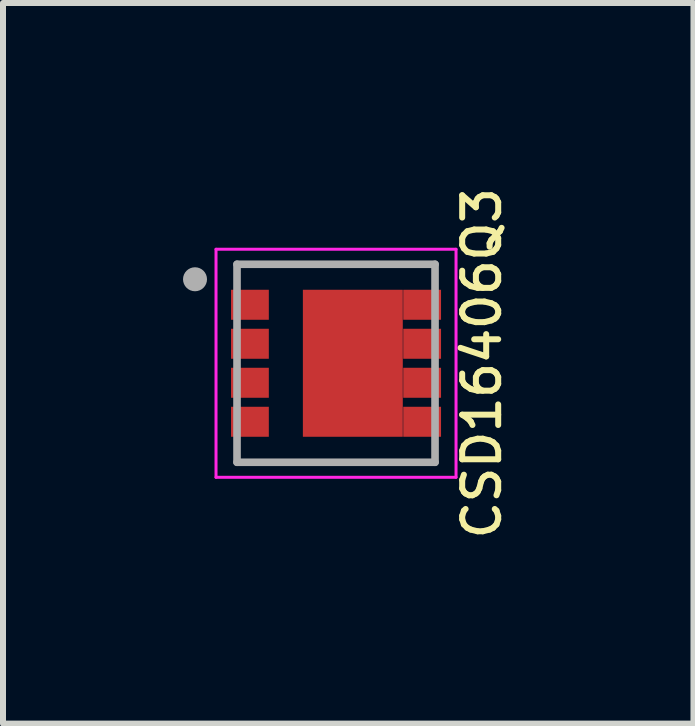
<source format=kicad_pcb>
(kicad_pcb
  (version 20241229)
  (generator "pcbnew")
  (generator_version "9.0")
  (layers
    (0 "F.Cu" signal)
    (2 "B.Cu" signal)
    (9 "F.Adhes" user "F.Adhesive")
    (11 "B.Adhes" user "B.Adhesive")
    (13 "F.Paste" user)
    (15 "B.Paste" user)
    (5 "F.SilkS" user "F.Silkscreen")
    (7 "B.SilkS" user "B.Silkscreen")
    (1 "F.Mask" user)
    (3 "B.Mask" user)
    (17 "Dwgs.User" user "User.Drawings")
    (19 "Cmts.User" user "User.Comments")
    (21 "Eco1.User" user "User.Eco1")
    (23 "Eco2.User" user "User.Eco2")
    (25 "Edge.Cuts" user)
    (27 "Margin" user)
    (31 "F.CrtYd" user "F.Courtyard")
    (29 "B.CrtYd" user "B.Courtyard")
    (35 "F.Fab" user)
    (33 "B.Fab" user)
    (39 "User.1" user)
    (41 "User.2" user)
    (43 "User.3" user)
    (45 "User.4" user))
  (footprint "CSD16406Q3"
    (layer "F.Cu")
    (at 2.55 3.004)
    (property "Reference" "CSD16406Q3" (at 2.43 0 270) (layer "F.SilkS") (effects (font (size 0.6 0.6) (thickness 0.1))))
    (attr through_hole)
    (fp_poly (pts (xy -0.66 -1.325) (xy 1.85 -1.325) (xy 1.85 1.325) (xy -0.66 1.325)) (stroke (width 0.01) (type solid)) (fill yes) (layer "F.Mask"))
    (fp_line (start -1.65 -1.65) (end 1.65 -1.65) (stroke (width 0.1) (type solid)) (layer "F.SilkS"))
    (fp_line (start -1.65 1.65) (end 1.65 1.65) (stroke (width 0.1) (type solid)) (layer "F.SilkS"))
    (fp_circle (center -2.35 -1.4) (end -2.25 -1.4) (stroke (width 0.1) (type solid)) (fill no) (layer "F.SilkS"))
    (fp_poly (pts (xy -1.66 -1.145) (xy -1.21 -1.145) (xy -1.21 -0.805) (xy -1.66 -0.805)) (stroke (width 0.01) (type solid)) (fill yes) (layer "F.Paste"))
    (fp_poly (pts (xy -1.66 -0.495) (xy -1.21 -0.495) (xy -1.21 -0.155) (xy -1.66 -0.155)) (stroke (width 0.01) (type solid)) (fill yes) (layer "F.Paste"))
    (fp_poly (pts (xy -1.66 0.155) (xy -1.21 0.155) (xy -1.21 0.495) (xy -1.66 0.495)) (stroke (width 0.01) (type solid)) (fill yes) (layer "F.Paste"))
    (fp_poly (pts (xy -1.66 0.805) (xy -1.21 0.805) (xy -1.21 1.145) (xy -1.66 1.145)) (stroke (width 0.01) (type solid)) (fill yes) (layer "F.Paste"))
    (fp_poly (pts (xy -0.46 -1.145) (xy 0.985 -1.145) (xy 0.985 -0.125) (xy -0.46 -0.125)) (stroke (width 0.01) (type solid)) (fill yes) (layer "F.Paste"))
    (fp_poly (pts (xy -0.46 0.125) (xy 0.985 0.125) (xy 0.985 1.145) (xy -0.46 1.145)) (stroke (width 0.01) (type solid)) (fill yes) (layer "F.Paste"))
    (fp_poly (pts (xy 1.21 -1.145) (xy 1.66 -1.145) (xy 1.66 -0.805) (xy 1.21 -0.805)) (stroke (width 0.01) (type solid)) (fill yes) (layer "F.Paste"))
    (fp_poly (pts (xy 1.21 -0.495) (xy 1.66 -0.495) (xy 1.66 -0.155) (xy 1.21 -0.155)) (stroke (width 0.01) (type solid)) (fill yes) (layer "F.Paste"))
    (fp_poly (pts (xy 1.21 0.155) (xy 1.66 0.155) (xy 1.66 0.495) (xy 1.21 0.495)) (stroke (width 0.01) (type solid)) (fill yes) (layer "F.Paste"))
    (fp_poly (pts (xy 1.21 0.805) (xy 1.66 0.805) (xy 1.66 1.145) (xy 1.21 1.145)) (stroke (width 0.01) (type solid)) (fill yes) (layer "F.Paste"))
    (fp_line (start -2 -1.9) (end 2 -1.9) (stroke (width 0.05) (type solid)) (layer "F.CrtYd"))
    (fp_line (start -2 1.9) (end -2 -1.9) (stroke (width 0.05) (type solid)) (layer "F.CrtYd"))
    (fp_line (start 2 -1.9) (end 2 1.9) (stroke (width 0.05) (type solid)) (layer "F.CrtYd"))
    (fp_line (start 2 1.9) (end -2 1.9) (stroke (width 0.05) (type solid)) (layer "F.CrtYd"))
    (fp_line (start -1.65 -1.65) (end 1.65 -1.65) (stroke (width 0.127) (type solid)) (layer "F.Fab"))
    (fp_line (start -1.65 1.65) (end -1.65 -1.65) (stroke (width 0.127) (type solid)) (layer "F.Fab"))
    (fp_line (start 1.65 -1.65) (end 1.65 1.65) (stroke (width 0.127) (type solid)) (layer "F.Fab"))
    (fp_line (start 1.65 1.65) (end -1.65 1.65) (stroke (width 0.127) (type solid)) (layer "F.Fab"))
    (fp_circle (center -2.35 -1.4) (end -2.25 -1.4) (stroke (width 0.2) (type solid)) (fill no) (layer "F.Fab"))
    (pad "1" smd rect (at -1.435 -0.975) (size 0.63 0.5) (layers "F.Cu" "F.Mask"))
    (pad "2" smd rect (at -1.435 -0.325) (size 0.63 0.5) (layers "F.Cu" "F.Mask"))
    (pad "3" smd rect (at -1.435 0.325) (size 0.63 0.5) (layers "F.Cu" "F.Mask"))
    (pad "4" smd rect (at -1.435 0.975) (size 0.63 0.5) (layers "F.Cu" "F.Mask"))
    (pad "5" smd rect (at 1.435 0.975) (size 0.63 0.5) (layers "F.Cu"))
    (pad "6" smd rect (at 1.435 0.325) (size 0.63 0.5) (layers "F.Cu"))
    (pad "7" smd rect (at 1.435 -0.325) (size 0.63 0.5) (layers "F.Cu"))
    (pad "8" smd rect (at 0.28 0) (size 1.665 2.45) (layers "F.Cu"))
    (pad "8" smd rect (at 1.435 -0.975) (size 0.63 0.5) (layers "F.Cu")))
  (gr_rect
    (start -3 -3)
    (end 8.507 9.009)
    (stroke (width 0.1) (type default))
    (fill no)
    (layer "Edge.Cuts")))
</source>
